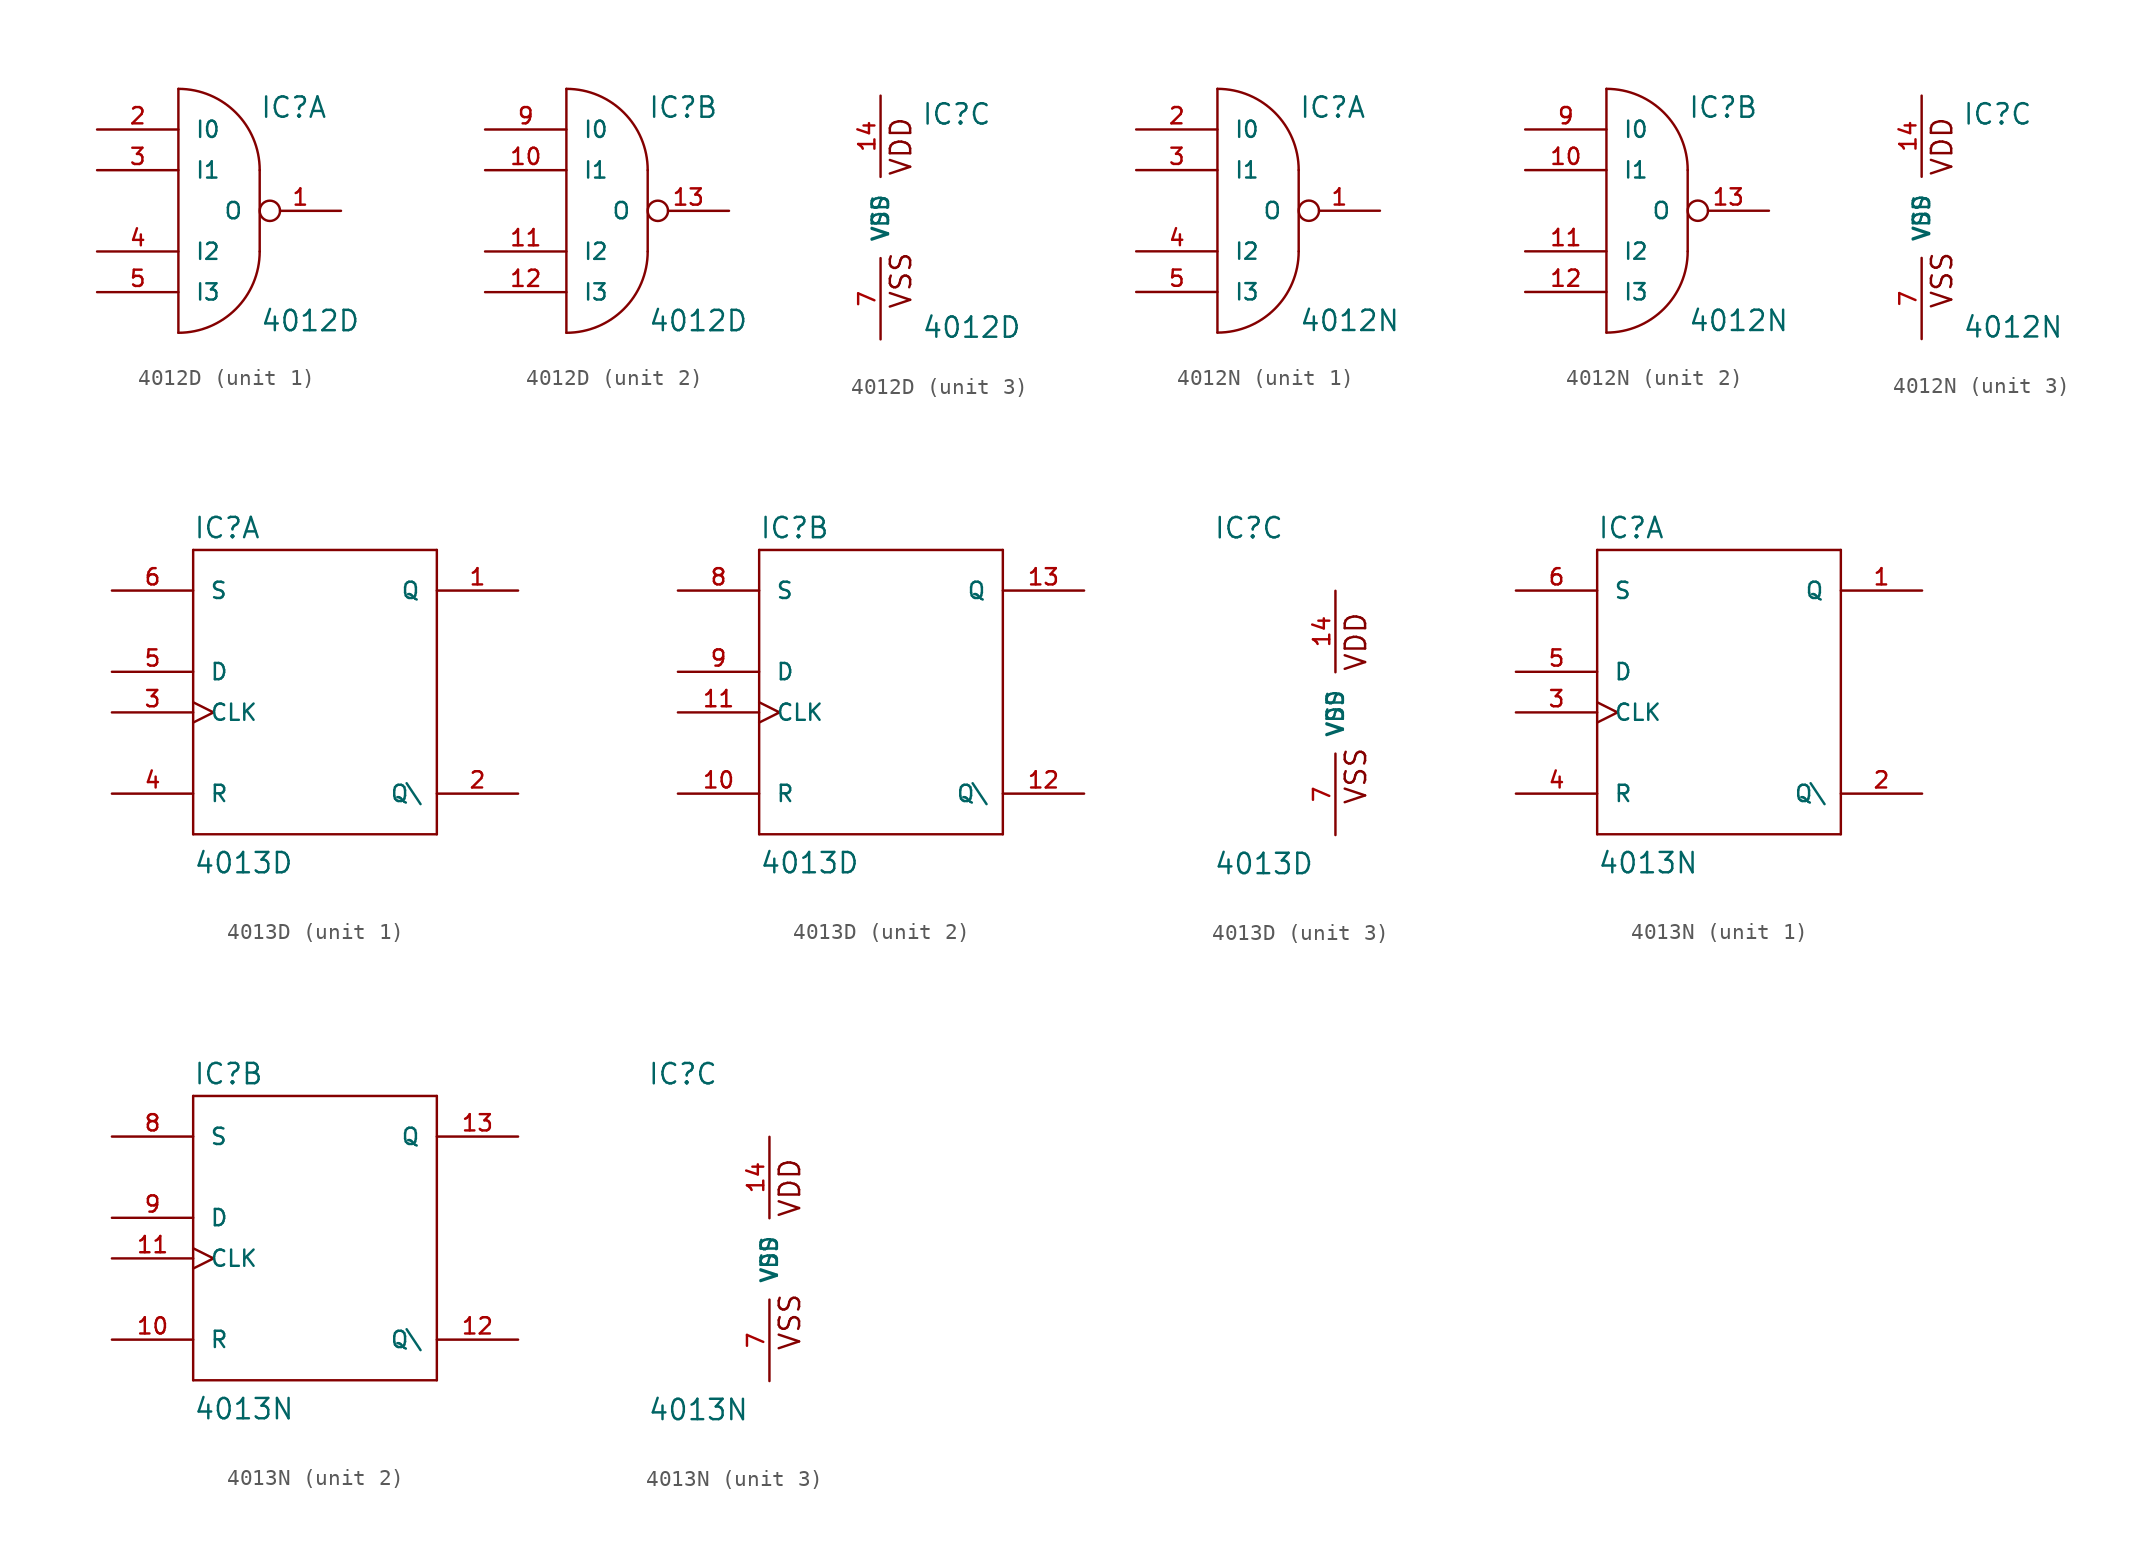
<source format=kicad_sym>
(kicad_symbol_lib
  (version 20211014)
  (generator kicad_symbol_editor)
  (symbol "4012D"
    (pin_names
      (offset 1.016))
    (property "Reference" "IC"
      (at 2.54 5.715 0)
      (effects (font (size 1.27 1.27)) (justify left bottom)))
    (property "Value" "4012D"
      (at 2.54 -7.62 0)
      (effects (font (size 1.27 1.27)) (justify left bottom)))
    (property "ki_locked" ""
      (at 0 0 0)
      (effects (font (size 1.27 1.27))))
    (symbol "4012D_1_0"
      (polyline (pts (xy -2.54 7.62) (xy -2.54 -7.62)) (stroke (width 0) (type default) (color 0 0 0 0)) (fill (type none)))
      (polyline (pts (xy 2.54 2.54) (xy 2.54 -2.54)) (stroke (width 0) (type default) (color 0 0 0 0)) (fill (type none))))
    (symbol "4012D_1_1"
      (arc (start -2.54 -7.62) (mid 1.0521 -6.1321) (end 2.54 -2.54) (stroke (width 0) (type default) (color 0 0 0 0)) (fill (type none)))
      (arc (start 2.54 2.54) (mid 1.0521 6.1321) (end -2.54 7.62) (stroke (width 0) (type default) (color 0 0 0 0)) (fill (type none)))
      (pin output inverted (at 7.62 0 180) (length 5.08) (name "O" (effects (font (size 1.016 1.016)))) (number "1" (effects (font (size 1.016 1.016)))))
      (pin input line (at -7.62 5.08 0) (length 5.08) (name "I0" (effects (font (size 1.016 1.016)))) (number "2" (effects (font (size 1.016 1.016)))))
      (pin input line (at -7.62 2.54 0) (length 5.08) (name "I1" (effects (font (size 1.016 1.016)))) (number "3" (effects (font (size 1.016 1.016)))))
      (pin input line (at -7.62 -2.54 0) (length 5.08) (name "I2" (effects (font (size 1.016 1.016)))) (number "4" (effects (font (size 1.016 1.016)))))
      (pin input line (at -7.62 -5.08 0) (length 5.08) (name "I3" (effects (font (size 1.016 1.016)))) (number "5" (effects (font (size 1.016 1.016))))))
    (symbol "4012D_2_0"
      (polyline (pts (xy -2.54 7.62) (xy -2.54 -7.62)) (stroke (width 0) (type default) (color 0 0 0 0)) (fill (type none)))
      (polyline (pts (xy 2.54 2.54) (xy 2.54 -2.54)) (stroke (width 0) (type default) (color 0 0 0 0)) (fill (type none))))
    (symbol "4012D_2_1"
      (arc (start -2.54 -7.62) (mid 1.0521 -6.1321) (end 2.54 -2.54) (stroke (width 0) (type default) (color 0 0 0 0)) (fill (type none)))
      (arc (start 2.54 2.54) (mid 1.0521 6.1321) (end -2.54 7.62) (stroke (width 0) (type default) (color 0 0 0 0)) (fill (type none)))
      (pin input line (at -7.62 2.54 0) (length 5.08) (name "I1" (effects (font (size 1.016 1.016)))) (number "10" (effects (font (size 1.016 1.016)))))
      (pin input line (at -7.62 -2.54 0) (length 5.08) (name "I2" (effects (font (size 1.016 1.016)))) (number "11" (effects (font (size 1.016 1.016)))))
      (pin input line (at -7.62 -5.08 0) (length 5.08) (name "I3" (effects (font (size 1.016 1.016)))) (number "12" (effects (font (size 1.016 1.016)))))
      (pin output inverted (at 7.62 0 180) (length 5.08) (name "O" (effects (font (size 1.016 1.016)))) (number "13" (effects (font (size 1.016 1.016)))))
      (pin input line (at -7.62 5.08 0) (length 5.08) (name "I0" (effects (font (size 1.016 1.016)))) (number "9" (effects (font (size 1.016 1.016))))))
    (symbol "4012D_3_0"
      (text "VDD" (at 1.27 4.445 1) (effects (font (size 1.27 1.27))))
      (text "VSS" (at 1.27 -3.937 1) (effects (font (size 1.27 1.27)))))
    (symbol "4012D_3_1"
      (pin power_in line (at 0 7.62 270) (length 5.08) (name "VDD" (effects (font (size 1.016 1.016)))) (number "14" (effects (font (size 1.016 1.016)))))
      (pin power_in line (at 0 -7.62 90) (length 5.08) (name "VSS" (effects (font (size 1.016 1.016)))) (number "7" (effects (font (size 1.016 1.016)))))))
  (symbol "4012N"
    (pin_names
      (offset 1.016))
    (property "Reference" "IC"
      (at 2.54 5.715 0)
      (effects (font (size 1.27 1.27)) (justify left bottom)))
    (property "Value" "4012N"
      (at 2.54 -7.62 0)
      (effects (font (size 1.27 1.27)) (justify left bottom)))
    (property "ki_locked" ""
      (at 0 0 0)
      (effects (font (size 1.27 1.27))))
    (symbol "4012N_1_0"
      (polyline (pts (xy -2.54 7.62) (xy -2.54 -7.62)) (stroke (width 0) (type default) (color 0 0 0 0)) (fill (type none)))
      (polyline (pts (xy 2.54 2.54) (xy 2.54 -2.54)) (stroke (width 0) (type default) (color 0 0 0 0)) (fill (type none))))
    (symbol "4012N_1_1"
      (arc (start -2.54 -7.62) (mid 1.0521 -6.1321) (end 2.54 -2.54) (stroke (width 0) (type default) (color 0 0 0 0)) (fill (type none)))
      (arc (start 2.54 2.54) (mid 1.0521 6.1321) (end -2.54 7.62) (stroke (width 0) (type default) (color 0 0 0 0)) (fill (type none)))
      (pin output inverted (at 7.62 0 180) (length 5.08) (name "O" (effects (font (size 1.016 1.016)))) (number "1" (effects (font (size 1.016 1.016)))))
      (pin input line (at -7.62 5.08 0) (length 5.08) (name "I0" (effects (font (size 1.016 1.016)))) (number "2" (effects (font (size 1.016 1.016)))))
      (pin input line (at -7.62 2.54 0) (length 5.08) (name "I1" (effects (font (size 1.016 1.016)))) (number "3" (effects (font (size 1.016 1.016)))))
      (pin input line (at -7.62 -2.54 0) (length 5.08) (name "I2" (effects (font (size 1.016 1.016)))) (number "4" (effects (font (size 1.016 1.016)))))
      (pin input line (at -7.62 -5.08 0) (length 5.08) (name "I3" (effects (font (size 1.016 1.016)))) (number "5" (effects (font (size 1.016 1.016))))))
    (symbol "4012N_2_0"
      (polyline (pts (xy -2.54 7.62) (xy -2.54 -7.62)) (stroke (width 0) (type default) (color 0 0 0 0)) (fill (type none)))
      (polyline (pts (xy 2.54 2.54) (xy 2.54 -2.54)) (stroke (width 0) (type default) (color 0 0 0 0)) (fill (type none))))
    (symbol "4012N_2_1"
      (arc (start -2.54 -7.62) (mid 1.0521 -6.1321) (end 2.54 -2.54) (stroke (width 0) (type default) (color 0 0 0 0)) (fill (type none)))
      (arc (start 2.54 2.54) (mid 1.0521 6.1321) (end -2.54 7.62) (stroke (width 0) (type default) (color 0 0 0 0)) (fill (type none)))
      (pin input line (at -7.62 2.54 0) (length 5.08) (name "I1" (effects (font (size 1.016 1.016)))) (number "10" (effects (font (size 1.016 1.016)))))
      (pin input line (at -7.62 -2.54 0) (length 5.08) (name "I2" (effects (font (size 1.016 1.016)))) (number "11" (effects (font (size 1.016 1.016)))))
      (pin input line (at -7.62 -5.08 0) (length 5.08) (name "I3" (effects (font (size 1.016 1.016)))) (number "12" (effects (font (size 1.016 1.016)))))
      (pin output inverted (at 7.62 0 180) (length 5.08) (name "O" (effects (font (size 1.016 1.016)))) (number "13" (effects (font (size 1.016 1.016)))))
      (pin input line (at -7.62 5.08 0) (length 5.08) (name "I0" (effects (font (size 1.016 1.016)))) (number "9" (effects (font (size 1.016 1.016))))))
    (symbol "4012N_3_0"
      (text "VDD" (at 1.27 4.445 1) (effects (font (size 1.27 1.27))))
      (text "VSS" (at 1.27 -3.937 1) (effects (font (size 1.27 1.27)))))
    (symbol "4012N_3_1"
      (pin power_in line (at 0 7.62 270) (length 5.08) (name "VDD" (effects (font (size 1.016 1.016)))) (number "14" (effects (font (size 1.016 1.016)))))
      (pin power_in line (at 0 -7.62 90) (length 5.08) (name "VSS" (effects (font (size 1.016 1.016)))) (number "7" (effects (font (size 1.016 1.016)))))))
  (symbol "4013D"
    (pin_names
      (offset 1.016))
    (property "Reference" "IC"
      (at -7.62 10.795 0)
      (effects (font (size 1.27 1.27)) (justify left bottom)))
    (property "Value" "4013D"
      (at -7.62 -10.16 0)
      (effects (font (size 1.27 1.27)) (justify left bottom)))
    (property "ki_locked" ""
      (at 0 0 0)
      (effects (font (size 1.27 1.27))))
    (symbol "4013D_1_0"
      (polyline (pts (xy -7.62 -7.62) (xy 7.62 -7.62)) (stroke (width 0) (type default) (color 0 0 0 0)) (fill (type none)))
      (polyline (pts (xy -7.62 10.16) (xy -7.62 -7.62)) (stroke (width 0) (type default) (color 0 0 0 0)) (fill (type none)))
      (polyline (pts (xy 7.62 -7.62) (xy 7.62 10.16)) (stroke (width 0) (type default) (color 0 0 0 0)) (fill (type none)))
      (polyline (pts (xy 7.62 10.16) (xy -7.62 10.16)) (stroke (width 0) (type default) (color 0 0 0 0)) (fill (type none))))
    (symbol "4013D_1_1"
      (pin output line (at 12.7 7.62 180) (length 5.08) (name "Q" (effects (font (size 1.016 1.016)))) (number "1" (effects (font (size 1.016 1.016)))))
      (pin output line (at 12.7 -5.08 180) (length 5.08) (name "Q\\" (effects (font (size 1.016 1.016)))) (number "2" (effects (font (size 1.016 1.016)))))
      (pin input clock (at -12.7 0 0) (length 5.08) (name "CLK" (effects (font (size 1.016 1.016)))) (number "3" (effects (font (size 1.016 1.016)))))
      (pin input line (at -12.7 -5.08 0) (length 5.08) (name "R" (effects (font (size 1.016 1.016)))) (number "4" (effects (font (size 1.016 1.016)))))
      (pin input line (at -12.7 2.54 0) (length 5.08) (name "D" (effects (font (size 1.016 1.016)))) (number "5" (effects (font (size 1.016 1.016)))))
      (pin input line (at -12.7 7.62 0) (length 5.08) (name "S" (effects (font (size 1.016 1.016)))) (number "6" (effects (font (size 1.016 1.016))))))
    (symbol "4013D_2_0"
      (polyline (pts (xy -7.62 -7.62) (xy 7.62 -7.62)) (stroke (width 0) (type default) (color 0 0 0 0)) (fill (type none)))
      (polyline (pts (xy -7.62 10.16) (xy -7.62 -7.62)) (stroke (width 0) (type default) (color 0 0 0 0)) (fill (type none)))
      (polyline (pts (xy 7.62 -7.62) (xy 7.62 10.16)) (stroke (width 0) (type default) (color 0 0 0 0)) (fill (type none)))
      (polyline (pts (xy 7.62 10.16) (xy -7.62 10.16)) (stroke (width 0) (type default) (color 0 0 0 0)) (fill (type none))))
    (symbol "4013D_2_1"
      (pin input line (at -12.7 -5.08 0) (length 5.08) (name "R" (effects (font (size 1.016 1.016)))) (number "10" (effects (font (size 1.016 1.016)))))
      (pin input clock (at -12.7 0 0) (length 5.08) (name "CLK" (effects (font (size 1.016 1.016)))) (number "11" (effects (font (size 1.016 1.016)))))
      (pin output line (at 12.7 -5.08 180) (length 5.08) (name "Q\\" (effects (font (size 1.016 1.016)))) (number "12" (effects (font (size 1.016 1.016)))))
      (pin output line (at 12.7 7.62 180) (length 5.08) (name "Q" (effects (font (size 1.016 1.016)))) (number "13" (effects (font (size 1.016 1.016)))))
      (pin input line (at -12.7 7.62 0) (length 5.08) (name "S" (effects (font (size 1.016 1.016)))) (number "8" (effects (font (size 1.016 1.016)))))
      (pin input line (at -12.7 2.54 0) (length 5.08) (name "D" (effects (font (size 1.016 1.016)))) (number "9" (effects (font (size 1.016 1.016))))))
    (symbol "4013D_3_0"
      (text "VDD" (at 1.27 4.445 1) (effects (font (size 1.27 1.27))))
      (text "VSS" (at 1.27 -3.937 1) (effects (font (size 1.27 1.27)))))
    (symbol "4013D_3_1"
      (pin power_in line (at 0 7.62 270) (length 5.08) (name "VDD" (effects (font (size 1.016 1.016)))) (number "14" (effects (font (size 1.016 1.016)))))
      (pin power_in line (at 0 -7.62 90) (length 5.08) (name "VSS" (effects (font (size 1.016 1.016)))) (number "7" (effects (font (size 1.016 1.016)))))))
  (symbol "4013N"
    (pin_names
      (offset 1.016))
    (property "Reference" "IC"
      (at -7.62 10.795 0)
      (effects (font (size 1.27 1.27)) (justify left bottom)))
    (property "Value" "4013N"
      (at -7.62 -10.16 0)
      (effects (font (size 1.27 1.27)) (justify left bottom)))
    (property "ki_locked" ""
      (at 0 0 0)
      (effects (font (size 1.27 1.27))))
    (symbol "4013N_1_0"
      (polyline (pts (xy -7.62 -7.62) (xy 7.62 -7.62)) (stroke (width 0) (type default) (color 0 0 0 0)) (fill (type none)))
      (polyline (pts (xy -7.62 10.16) (xy -7.62 -7.62)) (stroke (width 0) (type default) (color 0 0 0 0)) (fill (type none)))
      (polyline (pts (xy 7.62 -7.62) (xy 7.62 10.16)) (stroke (width 0) (type default) (color 0 0 0 0)) (fill (type none)))
      (polyline (pts (xy 7.62 10.16) (xy -7.62 10.16)) (stroke (width 0) (type default) (color 0 0 0 0)) (fill (type none))))
    (symbol "4013N_1_1"
      (pin output line (at 12.7 7.62 180) (length 5.08) (name "Q" (effects (font (size 1.016 1.016)))) (number "1" (effects (font (size 1.016 1.016)))))
      (pin output line (at 12.7 -5.08 180) (length 5.08) (name "Q\\" (effects (font (size 1.016 1.016)))) (number "2" (effects (font (size 1.016 1.016)))))
      (pin input clock (at -12.7 0 0) (length 5.08) (name "CLK" (effects (font (size 1.016 1.016)))) (number "3" (effects (font (size 1.016 1.016)))))
      (pin input line (at -12.7 -5.08 0) (length 5.08) (name "R" (effects (font (size 1.016 1.016)))) (number "4" (effects (font (size 1.016 1.016)))))
      (pin input line (at -12.7 2.54 0) (length 5.08) (name "D" (effects (font (size 1.016 1.016)))) (number "5" (effects (font (size 1.016 1.016)))))
      (pin input line (at -12.7 7.62 0) (length 5.08) (name "S" (effects (font (size 1.016 1.016)))) (number "6" (effects (font (size 1.016 1.016))))))
    (symbol "4013N_2_0"
      (polyline (pts (xy -7.62 -7.62) (xy 7.62 -7.62)) (stroke (width 0) (type default) (color 0 0 0 0)) (fill (type none)))
      (polyline (pts (xy -7.62 10.16) (xy -7.62 -7.62)) (stroke (width 0) (type default) (color 0 0 0 0)) (fill (type none)))
      (polyline (pts (xy 7.62 -7.62) (xy 7.62 10.16)) (stroke (width 0) (type default) (color 0 0 0 0)) (fill (type none)))
      (polyline (pts (xy 7.62 10.16) (xy -7.62 10.16)) (stroke (width 0) (type default) (color 0 0 0 0)) (fill (type none))))
    (symbol "4013N_2_1"
      (pin input line (at -12.7 -5.08 0) (length 5.08) (name "R" (effects (font (size 1.016 1.016)))) (number "10" (effects (font (size 1.016 1.016)))))
      (pin input clock (at -12.7 0 0) (length 5.08) (name "CLK" (effects (font (size 1.016 1.016)))) (number "11" (effects (font (size 1.016 1.016)))))
      (pin output line (at 12.7 -5.08 180) (length 5.08) (name "Q\\" (effects (font (size 1.016 1.016)))) (number "12" (effects (font (size 1.016 1.016)))))
      (pin output line (at 12.7 7.62 180) (length 5.08) (name "Q" (effects (font (size 1.016 1.016)))) (number "13" (effects (font (size 1.016 1.016)))))
      (pin input line (at -12.7 7.62 0) (length 5.08) (name "S" (effects (font (size 1.016 1.016)))) (number "8" (effects (font (size 1.016 1.016)))))
      (pin input line (at -12.7 2.54 0) (length 5.08) (name "D" (effects (font (size 1.016 1.016)))) (number "9" (effects (font (size 1.016 1.016))))))
    (symbol "4013N_3_0"
      (text "VDD" (at 1.27 4.445 1) (effects (font (size 1.27 1.27))))
      (text "VSS" (at 1.27 -3.937 1) (effects (font (size 1.27 1.27)))))
    (symbol "4013N_3_1"
      (pin power_in line (at 0 7.62 270) (length 5.08) (name "VDD" (effects (font (size 1.016 1.016)))) (number "14" (effects (font (size 1.016 1.016)))))
      (pin power_in line (at 0 -7.62 90) (length 5.08) (name "VSS" (effects (font (size 1.016 1.016)))) (number "7" (effects (font (size 1.016 1.016))))))))
</source>
